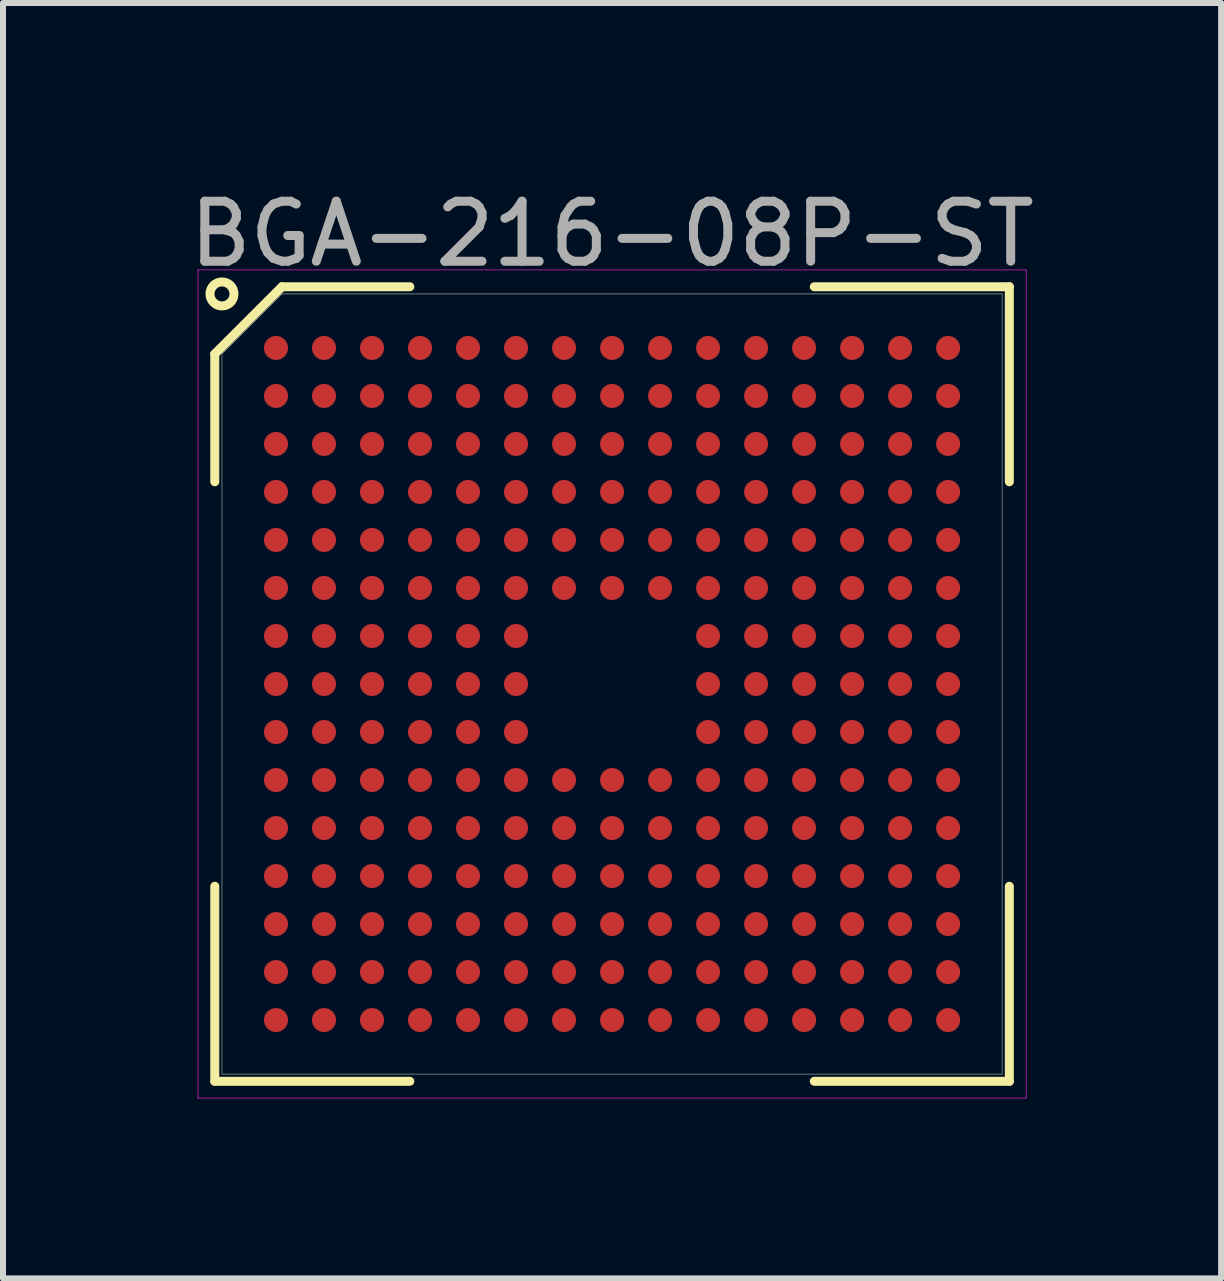
<source format=kicad_pcb>
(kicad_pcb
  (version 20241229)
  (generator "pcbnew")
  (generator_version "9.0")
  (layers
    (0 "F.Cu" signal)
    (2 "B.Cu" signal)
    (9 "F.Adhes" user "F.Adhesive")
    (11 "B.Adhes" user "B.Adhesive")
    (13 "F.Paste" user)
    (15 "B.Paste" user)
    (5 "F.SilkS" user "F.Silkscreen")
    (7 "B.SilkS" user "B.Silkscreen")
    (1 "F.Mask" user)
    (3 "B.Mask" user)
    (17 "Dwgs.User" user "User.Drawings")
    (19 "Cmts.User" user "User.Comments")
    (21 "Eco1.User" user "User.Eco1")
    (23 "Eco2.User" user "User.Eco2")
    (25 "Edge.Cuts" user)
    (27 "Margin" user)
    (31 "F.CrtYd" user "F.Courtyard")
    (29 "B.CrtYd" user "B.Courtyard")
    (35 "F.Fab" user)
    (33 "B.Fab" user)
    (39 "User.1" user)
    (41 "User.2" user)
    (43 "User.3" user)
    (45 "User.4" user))
  (footprint "BGA-216-08P-ST"
    (layer "F.Cu")
    (at 7.149 8.348)
    (property "Reference" "BGA-216-08P-ST" (at 0 -7.5 0) (layer "F.Fab") (effects (font (size 1 1) (thickness 0.15))))
    (attr smd)
    (fp_line (start -6.62 -5.5) (end -6.62 -3.37) (stroke (width 0.15) (type solid)) (layer "F.SilkS"))
    (fp_line (start -6.62 6.62) (end -6.62 3.37) (stroke (width 0.15) (type solid)) (layer "F.SilkS"))
    (fp_line (start -5.5 -6.62) (end -6.62 -5.5) (stroke (width 0.15) (type solid)) (layer "F.SilkS"))
    (fp_line (start -3.37 -6.62) (end -5.5 -6.62) (stroke (width 0.15) (type solid)) (layer "F.SilkS"))
    (fp_line (start -3.37 6.62) (end -6.62 6.62) (stroke (width 0.15) (type solid)) (layer "F.SilkS"))
    (fp_line (start 3.37 -6.62) (end 6.62 -6.62) (stroke (width 0.15) (type solid)) (layer "F.SilkS"))
    (fp_line (start 3.37 6.62) (end 6.62 6.62) (stroke (width 0.15) (type solid)) (layer "F.SilkS"))
    (fp_line (start 6.62 -6.62) (end 6.62 -3.37) (stroke (width 0.15) (type solid)) (layer "F.SilkS"))
    (fp_line (start 6.62 6.62) (end 6.62 3.37) (stroke (width 0.15) (type solid)) (layer "F.SilkS"))
    (fp_circle (center -6.5 -6.5) (end -6.3 -6.5) (stroke (width 0.15) (type solid)) (fill no) (layer "F.SilkS"))
    (fp_line (start -6.9 -6.9) (end 6.9 -6.9) (stroke (width 0.01) (type solid)) (layer "F.CrtYd"))
    (fp_line (start -6.9 6.9) (end -6.9 -6.9) (stroke (width 0.01) (type solid)) (layer "F.CrtYd"))
    (fp_line (start 6.9 -6.9) (end 6.9 6.9) (stroke (width 0.01) (type solid)) (layer "F.CrtYd"))
    (fp_line (start 6.9 6.9) (end -6.9 6.9) (stroke (width 0.01) (type solid)) (layer "F.CrtYd"))
    (fp_line (start -6.5 -5.5) (end -6.5 6.5) (stroke (width 0.01) (type solid)) (layer "F.Fab"))
    (fp_line (start -6.5 6.5) (end 6.5 6.5) (stroke (width 0.01) (type solid)) (layer "F.Fab"))
    (fp_line (start -5.5 -6.5) (end -6.5 -5.5) (stroke (width 0.01) (type solid)) (layer "F.Fab"))
    (fp_line (start 6.5 -6.5) (end -5.5 -6.5) (stroke (width 0.01) (type solid)) (layer "F.Fab"))
    (fp_line (start 6.5 6.5) (end 6.5 -6.5) (stroke (width 0.01) (type solid)) (layer "F.Fab"))
    (pad "A1" smd circle (at -5.6 -5.6) (size 0.4 0.4) (layers "F.Cu" "F.Mask" "F.Paste"))
    (pad "A2" smd circle (at -4.8 -5.6) (size 0.4 0.4) (layers "F.Cu" "F.Mask" "F.Paste"))
    (pad "A3" smd circle (at -4 -5.6) (size 0.4 0.4) (layers "F.Cu" "F.Mask" "F.Paste"))
    (pad "A4" smd circle (at -3.2 -5.6) (size 0.4 0.4) (layers "F.Cu" "F.Mask" "F.Paste"))
    (pad "A5" smd circle (at -2.4 -5.6) (size 0.4 0.4) (layers "F.Cu" "F.Mask" "F.Paste"))
    (pad "A6" smd circle (at -1.6 -5.6) (size 0.4 0.4) (layers "F.Cu" "F.Mask" "F.Paste"))
    (pad "A7" smd circle (at -0.8 -5.6) (size 0.4 0.4) (layers "F.Cu" "F.Mask" "F.Paste"))
    (pad "A8" smd circle (at 0 -5.6) (size 0.4 0.4) (layers "F.Cu" "F.Mask" "F.Paste"))
    (pad "A9" smd circle (at 0.8 -5.6) (size 0.4 0.4) (layers "F.Cu" "F.Mask" "F.Paste"))
    (pad "A10" smd circle (at 1.6 -5.6) (size 0.4 0.4) (layers "F.Cu" "F.Mask" "F.Paste"))
    (pad "A11" smd circle (at 2.4 -5.6) (size 0.4 0.4) (layers "F.Cu" "F.Mask" "F.Paste"))
    (pad "A12" smd circle (at 3.2 -5.6) (size 0.4 0.4) (layers "F.Cu" "F.Mask" "F.Paste"))
    (pad "A13" smd circle (at 4 -5.6) (size 0.4 0.4) (layers "F.Cu" "F.Mask" "F.Paste"))
    (pad "A14" smd circle (at 4.8 -5.6) (size 0.4 0.4) (layers "F.Cu" "F.Mask" "F.Paste"))
    (pad "A15" smd circle (at 5.6 -5.6) (size 0.4 0.4) (layers "F.Cu" "F.Mask" "F.Paste"))
    (pad "B1" smd circle (at -5.6 -4.8) (size 0.4 0.4) (layers "F.Cu" "F.Mask" "F.Paste"))
    (pad "B2" smd circle (at -4.8 -4.8) (size 0.4 0.4) (layers "F.Cu" "F.Mask" "F.Paste"))
    (pad "B3" smd circle (at -4 -4.8) (size 0.4 0.4) (layers "F.Cu" "F.Mask" "F.Paste"))
    (pad "B4" smd circle (at -3.2 -4.8) (size 0.4 0.4) (layers "F.Cu" "F.Mask" "F.Paste"))
    (pad "B5" smd circle (at -2.4 -4.8) (size 0.4 0.4) (layers "F.Cu" "F.Mask" "F.Paste"))
    (pad "B6" smd circle (at -1.6 -4.8) (size 0.4 0.4) (layers "F.Cu" "F.Mask" "F.Paste"))
    (pad "B7" smd circle (at -0.8 -4.8) (size 0.4 0.4) (layers "F.Cu" "F.Mask" "F.Paste"))
    (pad "B8" smd circle (at 0 -4.8) (size 0.4 0.4) (layers "F.Cu" "F.Mask" "F.Paste"))
    (pad "B9" smd circle (at 0.8 -4.8) (size 0.4 0.4) (layers "F.Cu" "F.Mask" "F.Paste"))
    (pad "B10" smd circle (at 1.6 -4.8) (size 0.4 0.4) (layers "F.Cu" "F.Mask" "F.Paste"))
    (pad "B11" smd circle (at 2.4 -4.8) (size 0.4 0.4) (layers "F.Cu" "F.Mask" "F.Paste"))
    (pad "B12" smd circle (at 3.2 -4.8) (size 0.4 0.4) (layers "F.Cu" "F.Mask" "F.Paste"))
    (pad "B13" smd circle (at 4 -4.8) (size 0.4 0.4) (layers "F.Cu" "F.Mask" "F.Paste"))
    (pad "B14" smd circle (at 4.8 -4.8) (size 0.4 0.4) (layers "F.Cu" "F.Mask" "F.Paste"))
    (pad "B15" smd circle (at 5.6 -4.8) (size 0.4 0.4) (layers "F.Cu" "F.Mask" "F.Paste"))
    (pad "C1" smd circle (at -5.6 -4) (size 0.4 0.4) (layers "F.Cu" "F.Mask" "F.Paste"))
    (pad "C2" smd circle (at -4.8 -4) (size 0.4 0.4) (layers "F.Cu" "F.Mask" "F.Paste"))
    (pad "C3" smd circle (at -4 -4) (size 0.4 0.4) (layers "F.Cu" "F.Mask" "F.Paste"))
    (pad "C4" smd circle (at -3.2 -4) (size 0.4 0.4) (layers "F.Cu" "F.Mask" "F.Paste"))
    (pad "C5" smd circle (at -2.4 -4) (size 0.4 0.4) (layers "F.Cu" "F.Mask" "F.Paste"))
    (pad "C6" smd circle (at -1.6 -4) (size 0.4 0.4) (layers "F.Cu" "F.Mask" "F.Paste"))
    (pad "C7" smd circle (at -0.8 -4) (size 0.4 0.4) (layers "F.Cu" "F.Mask" "F.Paste"))
    (pad "C8" smd circle (at 0 -4) (size 0.4 0.4) (layers "F.Cu" "F.Mask" "F.Paste"))
    (pad "C9" smd circle (at 0.8 -4) (size 0.4 0.4) (layers "F.Cu" "F.Mask" "F.Paste"))
    (pad "C10" smd circle (at 1.6 -4) (size 0.4 0.4) (layers "F.Cu" "F.Mask" "F.Paste"))
    (pad "C11" smd circle (at 2.4 -4) (size 0.4 0.4) (layers "F.Cu" "F.Mask" "F.Paste"))
    (pad "C12" smd circle (at 3.2 -4) (size 0.4 0.4) (layers "F.Cu" "F.Mask" "F.Paste"))
    (pad "C13" smd circle (at 4 -4) (size 0.4 0.4) (layers "F.Cu" "F.Mask" "F.Paste"))
    (pad "C14" smd circle (at 4.8 -4) (size 0.4 0.4) (layers "F.Cu" "F.Mask" "F.Paste"))
    (pad "C15" smd circle (at 5.6 -4) (size 0.4 0.4) (layers "F.Cu" "F.Mask" "F.Paste"))
    (pad "D1" smd circle (at -5.6 -3.2) (size 0.4 0.4) (layers "F.Cu" "F.Mask" "F.Paste"))
    (pad "D2" smd circle (at -4.8 -3.2) (size 0.4 0.4) (layers "F.Cu" "F.Mask" "F.Paste"))
    (pad "D3" smd circle (at -4 -3.2) (size 0.4 0.4) (layers "F.Cu" "F.Mask" "F.Paste"))
    (pad "D4" smd circle (at -3.2 -3.2) (size 0.4 0.4) (layers "F.Cu" "F.Mask" "F.Paste"))
    (pad "D5" smd circle (at -2.4 -3.2) (size 0.4 0.4) (layers "F.Cu" "F.Mask" "F.Paste"))
    (pad "D6" smd circle (at -1.6 -3.2) (size 0.4 0.4) (layers "F.Cu" "F.Mask" "F.Paste"))
    (pad "D7" smd circle (at -0.8 -3.2) (size 0.4 0.4) (layers "F.Cu" "F.Mask" "F.Paste"))
    (pad "D8" smd circle (at 0 -3.2) (size 0.4 0.4) (layers "F.Cu" "F.Mask" "F.Paste"))
    (pad "D9" smd circle (at 0.8 -3.2) (size 0.4 0.4) (layers "F.Cu" "F.Mask" "F.Paste"))
    (pad "D10" smd circle (at 1.6 -3.2) (size 0.4 0.4) (layers "F.Cu" "F.Mask" "F.Paste"))
    (pad "D11" smd circle (at 2.4 -3.2) (size 0.4 0.4) (layers "F.Cu" "F.Mask" "F.Paste"))
    (pad "D12" smd circle (at 3.2 -3.2) (size 0.4 0.4) (layers "F.Cu" "F.Mask" "F.Paste"))
    (pad "D13" smd circle (at 4 -3.2) (size 0.4 0.4) (layers "F.Cu" "F.Mask" "F.Paste"))
    (pad "D14" smd circle (at 4.8 -3.2) (size 0.4 0.4) (layers "F.Cu" "F.Mask" "F.Paste"))
    (pad "D15" smd circle (at 5.6 -3.2) (size 0.4 0.4) (layers "F.Cu" "F.Mask" "F.Paste"))
    (pad "E1" smd circle (at -5.6 -2.4) (size 0.4 0.4) (layers "F.Cu" "F.Mask" "F.Paste"))
    (pad "E2" smd circle (at -4.8 -2.4) (size 0.4 0.4) (layers "F.Cu" "F.Mask" "F.Paste"))
    (pad "E3" smd circle (at -4 -2.4) (size 0.4 0.4) (layers "F.Cu" "F.Mask" "F.Paste"))
    (pad "E4" smd circle (at -3.2 -2.4) (size 0.4 0.4) (layers "F.Cu" "F.Mask" "F.Paste"))
    (pad "E5" smd circle (at -2.4 -2.4) (size 0.4 0.4) (layers "F.Cu" "F.Mask" "F.Paste"))
    (pad "E6" smd circle (at -1.6 -2.4) (size 0.4 0.4) (layers "F.Cu" "F.Mask" "F.Paste"))
    (pad "E7" smd circle (at -0.8 -2.4) (size 0.4 0.4) (layers "F.Cu" "F.Mask" "F.Paste"))
    (pad "E8" smd circle (at 0 -2.4) (size 0.4 0.4) (layers "F.Cu" "F.Mask" "F.Paste"))
    (pad "E9" smd circle (at 0.8 -2.4) (size 0.4 0.4) (layers "F.Cu" "F.Mask" "F.Paste"))
    (pad "E10" smd circle (at 1.6 -2.4) (size 0.4 0.4) (layers "F.Cu" "F.Mask" "F.Paste"))
    (pad "E11" smd circle (at 2.4 -2.4) (size 0.4 0.4) (layers "F.Cu" "F.Mask" "F.Paste"))
    (pad "E12" smd circle (at 3.2 -2.4) (size 0.4 0.4) (layers "F.Cu" "F.Mask" "F.Paste"))
    (pad "E13" smd circle (at 4 -2.4) (size 0.4 0.4) (layers "F.Cu" "F.Mask" "F.Paste"))
    (pad "E14" smd circle (at 4.8 -2.4) (size 0.4 0.4) (layers "F.Cu" "F.Mask" "F.Paste"))
    (pad "E15" smd circle (at 5.6 -2.4) (size 0.4 0.4) (layers "F.Cu" "F.Mask" "F.Paste"))
    (pad "F1" smd circle (at -5.6 -1.6) (size 0.4 0.4) (layers "F.Cu" "F.Mask" "F.Paste"))
    (pad "F2" smd circle (at -4.8 -1.6) (size 0.4 0.4) (layers "F.Cu" "F.Mask" "F.Paste"))
    (pad "F3" smd circle (at -4 -1.6) (size 0.4 0.4) (layers "F.Cu" "F.Mask" "F.Paste"))
    (pad "F4" smd circle (at -3.2 -1.6) (size 0.4 0.4) (layers "F.Cu" "F.Mask" "F.Paste"))
    (pad "F5" smd circle (at -2.4 -1.6) (size 0.4 0.4) (layers "F.Cu" "F.Mask" "F.Paste"))
    (pad "F6" smd circle (at -1.6 -1.6) (size 0.4 0.4) (layers "F.Cu" "F.Mask" "F.Paste"))
    (pad "F7" smd circle (at -0.8 -1.6) (size 0.4 0.4) (layers "F.Cu" "F.Mask" "F.Paste"))
    (pad "F8" smd circle (at 0 -1.6) (size 0.4 0.4) (layers "F.Cu" "F.Mask" "F.Paste"))
    (pad "F9" smd circle (at 0.8 -1.6) (size 0.4 0.4) (layers "F.Cu" "F.Mask" "F.Paste"))
    (pad "F10" smd circle (at 1.6 -1.6) (size 0.4 0.4) (layers "F.Cu" "F.Mask" "F.Paste"))
    (pad "F11" smd circle (at 2.4 -1.6) (size 0.4 0.4) (layers "F.Cu" "F.Mask" "F.Paste"))
    (pad "F12" smd circle (at 3.2 -1.6) (size 0.4 0.4) (layers "F.Cu" "F.Mask" "F.Paste"))
    (pad "F13" smd circle (at 4 -1.6) (size 0.4 0.4) (layers "F.Cu" "F.Mask" "F.Paste"))
    (pad "F14" smd circle (at 4.8 -1.6) (size 0.4 0.4) (layers "F.Cu" "F.Mask" "F.Paste"))
    (pad "F15" smd circle (at 5.6 -1.6) (size 0.4 0.4) (layers "F.Cu" "F.Mask" "F.Paste"))
    (pad "G1" smd circle (at -5.6 -0.8) (size 0.4 0.4) (layers "F.Cu" "F.Mask" "F.Paste"))
    (pad "G2" smd circle (at -4.8 -0.8) (size 0.4 0.4) (layers "F.Cu" "F.Mask" "F.Paste"))
    (pad "G3" smd circle (at -4 -0.8) (size 0.4 0.4) (layers "F.Cu" "F.Mask" "F.Paste"))
    (pad "G4" smd circle (at -3.2 -0.8) (size 0.4 0.4) (layers "F.Cu" "F.Mask" "F.Paste"))
    (pad "G5" smd circle (at -2.4 -0.8) (size 0.4 0.4) (layers "F.Cu" "F.Mask" "F.Paste"))
    (pad "G6" smd circle (at -1.6 -0.8) (size 0.4 0.4) (layers "F.Cu" "F.Mask" "F.Paste"))
    (pad "G10" smd circle (at 1.6 -0.8) (size 0.4 0.4) (layers "F.Cu" "F.Mask" "F.Paste"))
    (pad "G11" smd circle (at 2.4 -0.8) (size 0.4 0.4) (layers "F.Cu" "F.Mask" "F.Paste"))
    (pad "G12" smd circle (at 3.2 -0.8) (size 0.4 0.4) (layers "F.Cu" "F.Mask" "F.Paste"))
    (pad "G13" smd circle (at 4 -0.8) (size 0.4 0.4) (layers "F.Cu" "F.Mask" "F.Paste"))
    (pad "G14" smd circle (at 4.8 -0.8) (size 0.4 0.4) (layers "F.Cu" "F.Mask" "F.Paste"))
    (pad "G15" smd circle (at 5.6 -0.8) (size 0.4 0.4) (layers "F.Cu" "F.Mask" "F.Paste"))
    (pad "H1" smd circle (at -5.6 0) (size 0.4 0.4) (layers "F.Cu" "F.Mask" "F.Paste"))
    (pad "H2" smd circle (at -4.8 0) (size 0.4 0.4) (layers "F.Cu" "F.Mask" "F.Paste"))
    (pad "H3" smd circle (at -4 0) (size 0.4 0.4) (layers "F.Cu" "F.Mask" "F.Paste"))
    (pad "H4" smd circle (at -3.2 0) (size 0.4 0.4) (layers "F.Cu" "F.Mask" "F.Paste"))
    (pad "H5" smd circle (at -2.4 0) (size 0.4 0.4) (layers "F.Cu" "F.Mask" "F.Paste"))
    (pad "H6" smd circle (at -1.6 0) (size 0.4 0.4) (layers "F.Cu" "F.Mask" "F.Paste"))
    (pad "H10" smd circle (at 1.6 0) (size 0.4 0.4) (layers "F.Cu" "F.Mask" "F.Paste"))
    (pad "H11" smd circle (at 2.4 0) (size 0.4 0.4) (layers "F.Cu" "F.Mask" "F.Paste"))
    (pad "H12" smd circle (at 3.2 0) (size 0.4 0.4) (layers "F.Cu" "F.Mask" "F.Paste"))
    (pad "H13" smd circle (at 4 0) (size 0.4 0.4) (layers "F.Cu" "F.Mask" "F.Paste"))
    (pad "H14" smd circle (at 4.8 0) (size 0.4 0.4) (layers "F.Cu" "F.Mask" "F.Paste"))
    (pad "H15" smd circle (at 5.6 0) (size 0.4 0.4) (layers "F.Cu" "F.Mask" "F.Paste"))
    (pad "J1" smd circle (at -5.6 0.8) (size 0.4 0.4) (layers "F.Cu" "F.Mask" "F.Paste"))
    (pad "J2" smd circle (at -4.8 0.8) (size 0.4 0.4) (layers "F.Cu" "F.Mask" "F.Paste"))
    (pad "J3" smd circle (at -4 0.8) (size 0.4 0.4) (layers "F.Cu" "F.Mask" "F.Paste"))
    (pad "J4" smd circle (at -3.2 0.8) (size 0.4 0.4) (layers "F.Cu" "F.Mask" "F.Paste"))
    (pad "J5" smd circle (at -2.4 0.8) (size 0.4 0.4) (layers "F.Cu" "F.Mask" "F.Paste"))
    (pad "J6" smd circle (at -1.6 0.8) (size 0.4 0.4) (layers "F.Cu" "F.Mask" "F.Paste"))
    (pad "J10" smd circle (at 1.6 0.8) (size 0.4 0.4) (layers "F.Cu" "F.Mask" "F.Paste"))
    (pad "J11" smd circle (at 2.4 0.8) (size 0.4 0.4) (layers "F.Cu" "F.Mask" "F.Paste"))
    (pad "J12" smd circle (at 3.2 0.8) (size 0.4 0.4) (layers "F.Cu" "F.Mask" "F.Paste"))
    (pad "J13" smd circle (at 4 0.8) (size 0.4 0.4) (layers "F.Cu" "F.Mask" "F.Paste"))
    (pad "J14" smd circle (at 4.8 0.8) (size 0.4 0.4) (layers "F.Cu" "F.Mask" "F.Paste"))
    (pad "J15" smd circle (at 5.6 0.8) (size 0.4 0.4) (layers "F.Cu" "F.Mask" "F.Paste"))
    (pad "K1" smd circle (at -5.6 1.6) (size 0.4 0.4) (layers "F.Cu" "F.Mask" "F.Paste"))
    (pad "K2" smd circle (at -4.8 1.6) (size 0.4 0.4) (layers "F.Cu" "F.Mask" "F.Paste"))
    (pad "K3" smd circle (at -4 1.6) (size 0.4 0.4) (layers "F.Cu" "F.Mask" "F.Paste"))
    (pad "K4" smd circle (at -3.2 1.6) (size 0.4 0.4) (layers "F.Cu" "F.Mask" "F.Paste"))
    (pad "K5" smd circle (at -2.4 1.6) (size 0.4 0.4) (layers "F.Cu" "F.Mask" "F.Paste"))
    (pad "K6" smd circle (at -1.6 1.6) (size 0.4 0.4) (layers "F.Cu" "F.Mask" "F.Paste"))
    (pad "K7" smd circle (at -0.8 1.6) (size 0.4 0.4) (layers "F.Cu" "F.Mask" "F.Paste"))
    (pad "K8" smd circle (at 0 1.6) (size 0.4 0.4) (layers "F.Cu" "F.Mask" "F.Paste"))
    (pad "K9" smd circle (at 0.8 1.6) (size 0.4 0.4) (layers "F.Cu" "F.Mask" "F.Paste"))
    (pad "K10" smd circle (at 1.6 1.6) (size 0.4 0.4) (layers "F.Cu" "F.Mask" "F.Paste"))
    (pad "K11" smd circle (at 2.4 1.6) (size 0.4 0.4) (layers "F.Cu" "F.Mask" "F.Paste"))
    (pad "K12" smd circle (at 3.2 1.6) (size 0.4 0.4) (layers "F.Cu" "F.Mask" "F.Paste"))
    (pad "K13" smd circle (at 4 1.6) (size 0.4 0.4) (layers "F.Cu" "F.Mask" "F.Paste"))
    (pad "K14" smd circle (at 4.8 1.6) (size 0.4 0.4) (layers "F.Cu" "F.Mask" "F.Paste"))
    (pad "K15" smd circle (at 5.6 1.6) (size 0.4 0.4) (layers "F.Cu" "F.Mask" "F.Paste"))
    (pad "L1" smd circle (at -5.6 2.4) (size 0.4 0.4) (layers "F.Cu" "F.Mask" "F.Paste"))
    (pad "L2" smd circle (at -4.8 2.4) (size 0.4 0.4) (layers "F.Cu" "F.Mask" "F.Paste"))
    (pad "L3" smd circle (at -4 2.4) (size 0.4 0.4) (layers "F.Cu" "F.Mask" "F.Paste"))
    (pad "L4" smd circle (at -3.2 2.4) (size 0.4 0.4) (layers "F.Cu" "F.Mask" "F.Paste"))
    (pad "L5" smd circle (at -2.4 2.4) (size 0.4 0.4) (layers "F.Cu" "F.Mask" "F.Paste"))
    (pad "L6" smd circle (at -1.6 2.4) (size 0.4 0.4) (layers "F.Cu" "F.Mask" "F.Paste"))
    (pad "L7" smd circle (at -0.8 2.4) (size 0.4 0.4) (layers "F.Cu" "F.Mask" "F.Paste"))
    (pad "L8" smd circle (at 0 2.4) (size 0.4 0.4) (layers "F.Cu" "F.Mask" "F.Paste"))
    (pad "L9" smd circle (at 0.8 2.4) (size 0.4 0.4) (layers "F.Cu" "F.Mask" "F.Paste"))
    (pad "L10" smd circle (at 1.6 2.4) (size 0.4 0.4) (layers "F.Cu" "F.Mask" "F.Paste"))
    (pad "L11" smd circle (at 2.4 2.4) (size 0.4 0.4) (layers "F.Cu" "F.Mask" "F.Paste"))
    (pad "L12" smd circle (at 3.2 2.4) (size 0.4 0.4) (layers "F.Cu" "F.Mask" "F.Paste"))
    (pad "L13" smd circle (at 4 2.4) (size 0.4 0.4) (layers "F.Cu" "F.Mask" "F.Paste"))
    (pad "L14" smd circle (at 4.8 2.4) (size 0.4 0.4) (layers "F.Cu" "F.Mask" "F.Paste"))
    (pad "L15" smd circle (at 5.6 2.4) (size 0.4 0.4) (layers "F.Cu" "F.Mask" "F.Paste"))
    (pad "M1" smd circle (at -5.6 3.2) (size 0.4 0.4) (layers "F.Cu" "F.Mask" "F.Paste"))
    (pad "M2" smd circle (at -4.8 3.2) (size 0.4 0.4) (layers "F.Cu" "F.Mask" "F.Paste"))
    (pad "M3" smd circle (at -4 3.2) (size 0.4 0.4) (layers "F.Cu" "F.Mask" "F.Paste"))
    (pad "M4" smd circle (at -3.2 3.2) (size 0.4 0.4) (layers "F.Cu" "F.Mask" "F.Paste"))
    (pad "M5" smd circle (at -2.4 3.2) (size 0.4 0.4) (layers "F.Cu" "F.Mask" "F.Paste"))
    (pad "M6" smd circle (at -1.6 3.2) (size 0.4 0.4) (layers "F.Cu" "F.Mask" "F.Paste"))
    (pad "M7" smd circle (at -0.8 3.2) (size 0.4 0.4) (layers "F.Cu" "F.Mask" "F.Paste"))
    (pad "M8" smd circle (at 0 3.2) (size 0.4 0.4) (layers "F.Cu" "F.Mask" "F.Paste"))
    (pad "M9" smd circle (at 0.8 3.2) (size 0.4 0.4) (layers "F.Cu" "F.Mask" "F.Paste"))
    (pad "M10" smd circle (at 1.6 3.2) (size 0.4 0.4) (layers "F.Cu" "F.Mask" "F.Paste"))
    (pad "M11" smd circle (at 2.4 3.2) (size 0.4 0.4) (layers "F.Cu" "F.Mask" "F.Paste"))
    (pad "M12" smd circle (at 3.2 3.2) (size 0.4 0.4) (layers "F.Cu" "F.Mask" "F.Paste"))
    (pad "M13" smd circle (at 4 3.2) (size 0.4 0.4) (layers "F.Cu" "F.Mask" "F.Paste"))
    (pad "M14" smd circle (at 4.8 3.2) (size 0.4 0.4) (layers "F.Cu" "F.Mask" "F.Paste"))
    (pad "M15" smd circle (at 5.6 3.2) (size 0.4 0.4) (layers "F.Cu" "F.Mask" "F.Paste"))
    (pad "N1" smd circle (at -5.6 4) (size 0.4 0.4) (layers "F.Cu" "F.Mask" "F.Paste"))
    (pad "N2" smd circle (at -4.8 4) (size 0.4 0.4) (layers "F.Cu" "F.Mask" "F.Paste"))
    (pad "N3" smd circle (at -4 4) (size 0.4 0.4) (layers "F.Cu" "F.Mask" "F.Paste"))
    (pad "N4" smd circle (at -3.2 4) (size 0.4 0.4) (layers "F.Cu" "F.Mask" "F.Paste"))
    (pad "N5" smd circle (at -2.4 4) (size 0.4 0.4) (layers "F.Cu" "F.Mask" "F.Paste"))
    (pad "N6" smd circle (at -1.6 4) (size 0.4 0.4) (layers "F.Cu" "F.Mask" "F.Paste"))
    (pad "N7" smd circle (at -0.8 4) (size 0.4 0.4) (layers "F.Cu" "F.Mask" "F.Paste"))
    (pad "N8" smd circle (at 0 4) (size 0.4 0.4) (layers "F.Cu" "F.Mask" "F.Paste"))
    (pad "N9" smd circle (at 0.8 4) (size 0.4 0.4) (layers "F.Cu" "F.Mask" "F.Paste"))
    (pad "N10" smd circle (at 1.6 4) (size 0.4 0.4) (layers "F.Cu" "F.Mask" "F.Paste"))
    (pad "N11" smd circle (at 2.4 4) (size 0.4 0.4) (layers "F.Cu" "F.Mask" "F.Paste"))
    (pad "N12" smd circle (at 3.2 4) (size 0.4 0.4) (layers "F.Cu" "F.Mask" "F.Paste"))
    (pad "N13" smd circle (at 4 4) (size 0.4 0.4) (layers "F.Cu" "F.Mask" "F.Paste"))
    (pad "N14" smd circle (at 4.8 4) (size 0.4 0.4) (layers "F.Cu" "F.Mask" "F.Paste"))
    (pad "N15" smd circle (at 5.6 4) (size 0.4 0.4) (layers "F.Cu" "F.Mask" "F.Paste"))
    (pad "P1" smd circle (at -5.6 4.8) (size 0.4 0.4) (layers "F.Cu" "F.Mask" "F.Paste"))
    (pad "P2" smd circle (at -4.8 4.8) (size 0.4 0.4) (layers "F.Cu" "F.Mask" "F.Paste"))
    (pad "P3" smd circle (at -4 4.8) (size 0.4 0.4) (layers "F.Cu" "F.Mask" "F.Paste"))
    (pad "P4" smd circle (at -3.2 4.8) (size 0.4 0.4) (layers "F.Cu" "F.Mask" "F.Paste"))
    (pad "P5" smd circle (at -2.4 4.8) (size 0.4 0.4) (layers "F.Cu" "F.Mask" "F.Paste"))
    (pad "P6" smd circle (at -1.6 4.8) (size 0.4 0.4) (layers "F.Cu" "F.Mask" "F.Paste"))
    (pad "P7" smd circle (at -0.8 4.8) (size 0.4 0.4) (layers "F.Cu" "F.Mask" "F.Paste"))
    (pad "P8" smd circle (at 0 4.8) (size 0.4 0.4) (layers "F.Cu" "F.Mask" "F.Paste"))
    (pad "P9" smd circle (at 0.8 4.8) (size 0.4 0.4) (layers "F.Cu" "F.Mask" "F.Paste"))
    (pad "P10" smd circle (at 1.6 4.8) (size 0.4 0.4) (layers "F.Cu" "F.Mask" "F.Paste"))
    (pad "P11" smd circle (at 2.4 4.8) (size 0.4 0.4) (layers "F.Cu" "F.Mask" "F.Paste"))
    (pad "P12" smd circle (at 3.2 4.8) (size 0.4 0.4) (layers "F.Cu" "F.Mask" "F.Paste"))
    (pad "P13" smd circle (at 4 4.8) (size 0.4 0.4) (layers "F.Cu" "F.Mask" "F.Paste"))
    (pad "P14" smd circle (at 4.8 4.8) (size 0.4 0.4) (layers "F.Cu" "F.Mask" "F.Paste"))
    (pad "P15" smd circle (at 5.6 4.8) (size 0.4 0.4) (layers "F.Cu" "F.Mask" "F.Paste"))
    (pad "R1" smd circle (at -5.6 5.6) (size 0.4 0.4) (layers "F.Cu" "F.Mask" "F.Paste"))
    (pad "R2" smd circle (at -4.8 5.6) (size 0.4 0.4) (layers "F.Cu" "F.Mask" "F.Paste"))
    (pad "R3" smd circle (at -4 5.6) (size 0.4 0.4) (layers "F.Cu" "F.Mask" "F.Paste"))
    (pad "R4" smd circle (at -3.2 5.6) (size 0.4 0.4) (layers "F.Cu" "F.Mask" "F.Paste"))
    (pad "R5" smd circle (at -2.4 5.6) (size 0.4 0.4) (layers "F.Cu" "F.Mask" "F.Paste"))
    (pad "R6" smd circle (at -1.6 5.6) (size 0.4 0.4) (layers "F.Cu" "F.Mask" "F.Paste"))
    (pad "R7" smd circle (at -0.8 5.6) (size 0.4 0.4) (layers "F.Cu" "F.Mask" "F.Paste"))
    (pad "R8" smd circle (at 0 5.6) (size 0.4 0.4) (layers "F.Cu" "F.Mask" "F.Paste"))
    (pad "R9" smd circle (at 0.8 5.6) (size 0.4 0.4) (layers "F.Cu" "F.Mask" "F.Paste"))
    (pad "R10" smd circle (at 1.6 5.6) (size 0.4 0.4) (layers "F.Cu" "F.Mask" "F.Paste"))
    (pad "R11" smd circle (at 2.4 5.6) (size 0.4 0.4) (layers "F.Cu" "F.Mask" "F.Paste"))
    (pad "R12" smd circle (at 3.2 5.6) (size 0.4 0.4) (layers "F.Cu" "F.Mask" "F.Paste"))
    (pad "R13" smd circle (at 4 5.6) (size 0.4 0.4) (layers "F.Cu" "F.Mask" "F.Paste"))
    (pad "R14" smd circle (at 4.8 5.6) (size 0.4 0.4) (layers "F.Cu" "F.Mask" "F.Paste"))
    (pad "R15" smd circle (at 5.6 5.6) (size 0.4 0.4) (layers "F.Cu" "F.Mask" "F.Paste")))
  (gr_rect
    (start -3 -3)
    (end 17.298 18.253)
    (stroke (width 0.1) (type default))
    (fill no)
    (layer "Edge.Cuts")))
</source>
